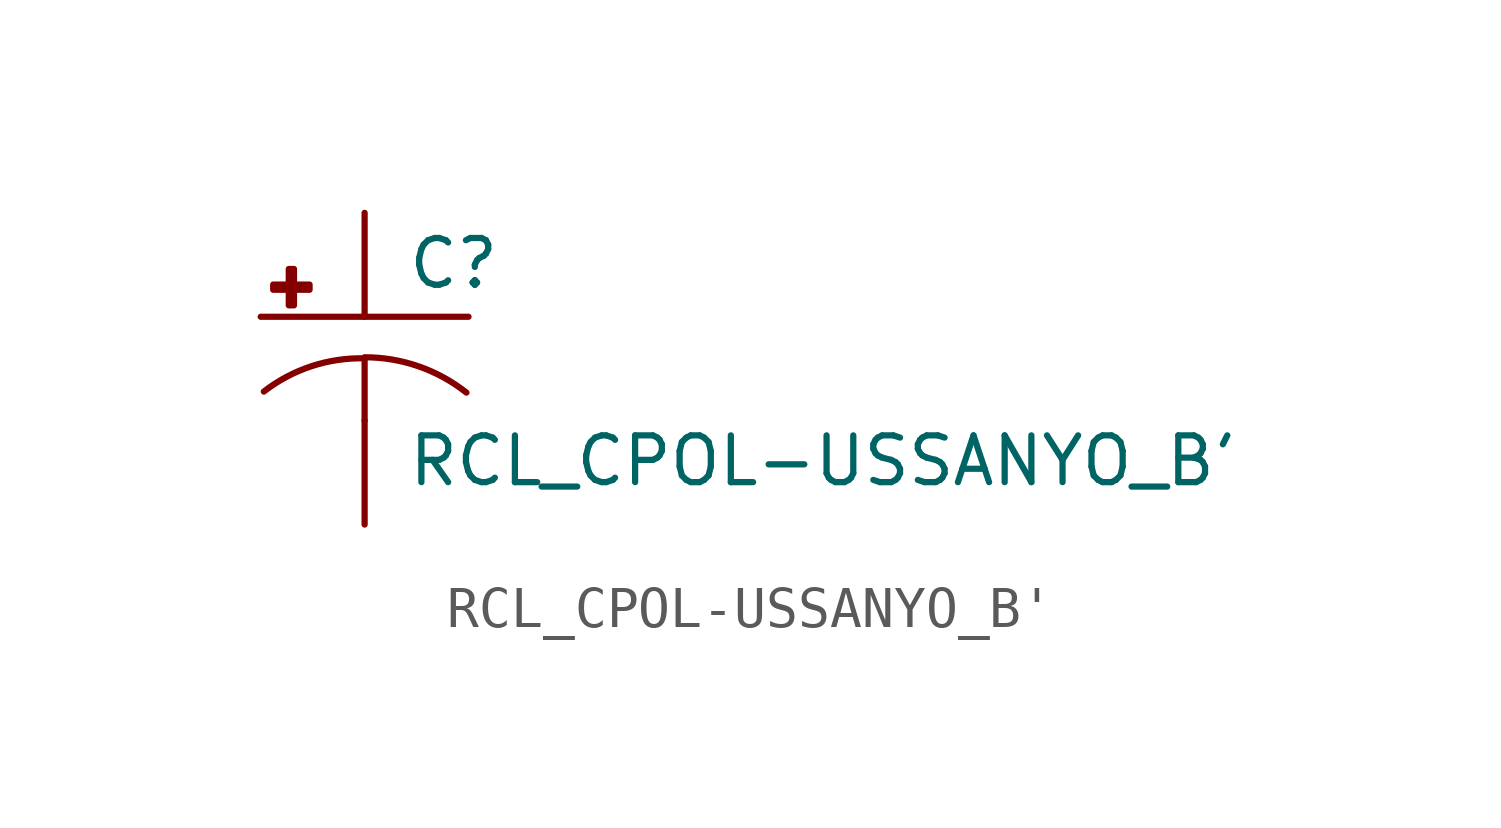
<source format=kicad_sym>
(kicad_symbol_lib
  (version 20210619)
  (generator kicad_symbol_editor)
  (symbol "RCL_CPOL-USSANYO_B'"
    (pin_numbers hide)
    (pin_names
      (offset 1.016) hide)
    (property "Reference" "C"
      (at 1.016 0.635 0)
      (effects (font (size 1.143 1.143)) (justify left bottom)))
    (property "Value" "RCL_CPOL-USSANYO_B'"
      (at 1.016 -4.191 0)
      (effects (font (size 1.143 1.143)) (justify left bottom)))
    (property "ki_locked" ""
      (at 0 0 0)
      (effects (font (size 1.27 1.27))))
    (symbol "RCL_CPOL-USSANYO_B'_1_0"
      (polyline (pts (xy -2.54 0) (xy 2.54 0)) (stroke (width 0)) (fill (type none)))
      (polyline (pts (xy 0 -1.016) (xy 0 -2.54)) (stroke (width 0)) (fill (type none)))
      (polyline (pts (xy 0 -1.016) (xy 0 -1.016)) (stroke (width 0)) (fill (type none))))
    (symbol "RCL_CPOL-USSANYO_B'_1_1"
      (arc (start 0 -1.016) (end -2.4638 -1.8288) (radius (at 0 -5.0546) (length 4.0386) (angles 90.1 127.3)) (stroke (width 0)) (fill (type none)))
      (arc (start 2.4892 -1.8542) (end 0 -0.9906) (radius (at 0 -5.0292) (length 4.0386) (angles 52.3 89.9)) (stroke (width 0)) (fill (type none)))
      (rectangle (start -2.235 0.66) (end -1.346 0.787) (stroke (width 0)) (fill (type outline)))
      (rectangle (start -1.854 0.279) (end -1.727 1.168) (stroke (width 0)) (fill (type outline)))
      (pin passive line (at 0 2.54 270) (length 2.54) (name "+" (effects (font (size 1.016 1.016)))) (number "+" (effects (font (size 1.016 1.016)))))
      (pin passive line (at 0 -5.08 90) (length 2.54) (name "-" (effects (font (size 1.016 1.016)))) (number "-" (effects (font (size 1.016 1.016))))))))
</source>
